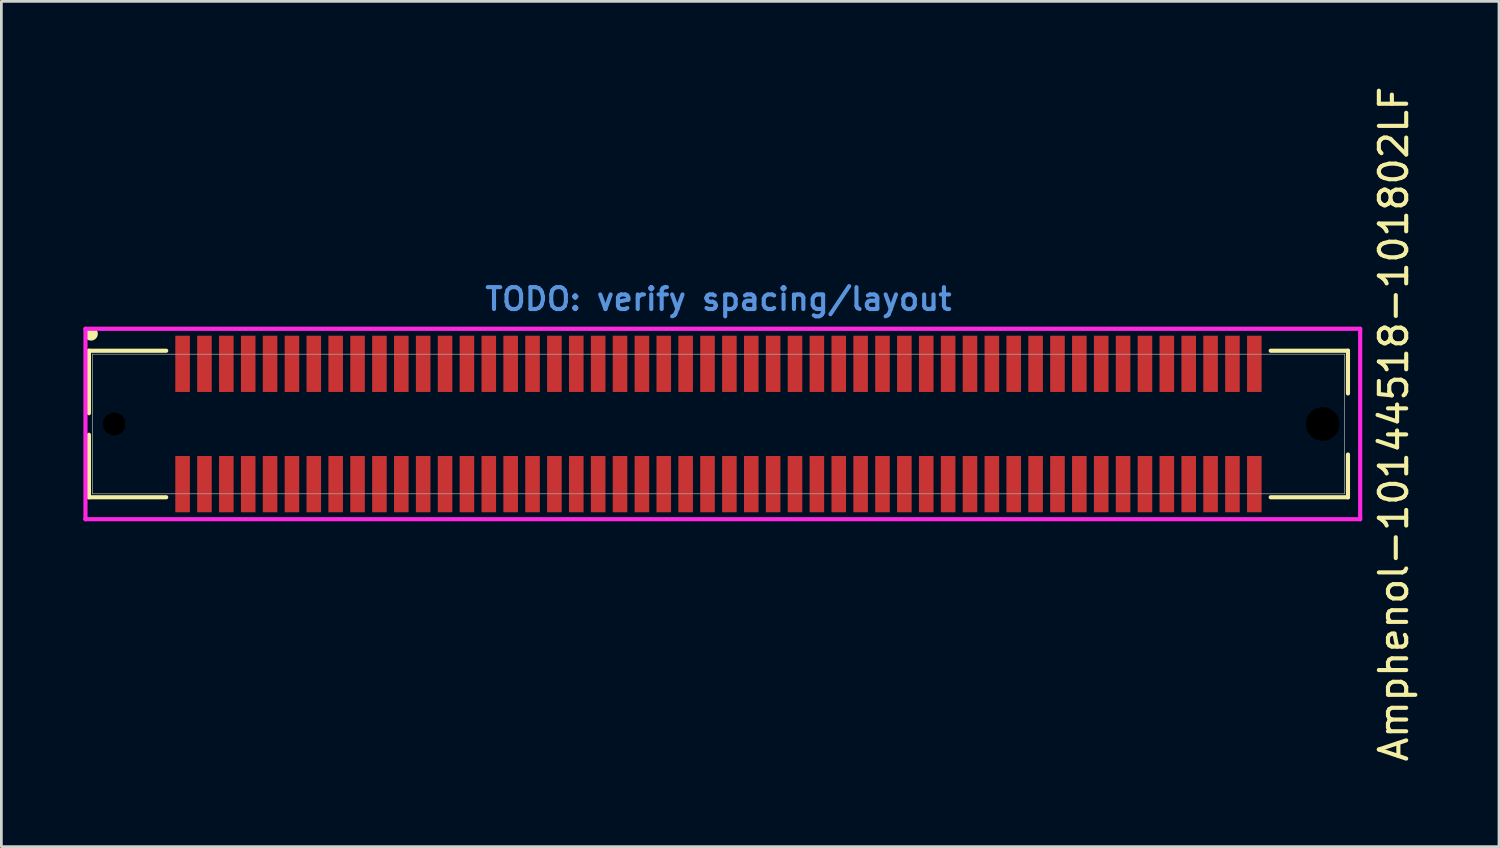
<source format=kicad_pcb>
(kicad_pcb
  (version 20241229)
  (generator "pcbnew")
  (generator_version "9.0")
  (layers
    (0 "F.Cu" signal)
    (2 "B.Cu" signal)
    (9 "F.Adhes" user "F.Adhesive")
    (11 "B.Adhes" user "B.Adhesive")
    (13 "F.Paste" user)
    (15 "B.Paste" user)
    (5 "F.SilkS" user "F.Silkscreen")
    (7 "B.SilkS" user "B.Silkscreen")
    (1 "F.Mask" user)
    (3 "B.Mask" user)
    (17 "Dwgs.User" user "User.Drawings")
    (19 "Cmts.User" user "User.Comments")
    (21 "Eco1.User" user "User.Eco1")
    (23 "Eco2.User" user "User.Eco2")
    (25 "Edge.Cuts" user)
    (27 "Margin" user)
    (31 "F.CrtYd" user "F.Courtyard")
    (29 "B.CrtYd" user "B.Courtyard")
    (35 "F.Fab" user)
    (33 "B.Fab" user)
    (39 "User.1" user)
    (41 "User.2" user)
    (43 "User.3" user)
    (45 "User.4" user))
  (footprint "Amphenol-10144518-101802LF"
    (layer "F.Cu")
    (at 23.228 12.458)
    (property "Reference" "Amphenol-10144518-101802LF" (at 24.7 0.000001 90) (unlocked yes) (layer "F.SilkS") (effects (font (size 1 1) (thickness 0.15))))
    (attr smd)
    (fp_line (start -23.025 -2.68) (end -23.025 -0.395) (stroke (width 0.152) (type solid)) (layer "F.SilkS"))
    (fp_line (start -23.025 0.395) (end -23.025 2.68) (stroke (width 0.152) (type solid)) (layer "F.SilkS"))
    (fp_line (start -23.025 2.68) (end -20.199 2.68) (stroke (width 0.152) (type solid)) (layer "F.SilkS"))
    (fp_line (start -20.199 -2.68) (end -23.025 -2.68) (stroke (width 0.152) (type solid)) (layer "F.SilkS"))
    (fp_line (start 20.199 2.68) (end 23.025 2.68) (stroke (width 0.152) (type solid)) (layer "F.SilkS"))
    (fp_line (start 23.025 -2.68) (end 20.199 -2.68) (stroke (width 0.152) (type solid)) (layer "F.SilkS"))
    (fp_line (start 23.025 -1.117) (end 23.025 -2.68) (stroke (width 0.152) (type solid)) (layer "F.SilkS"))
    (fp_line (start 23.025 2.68) (end 23.025 1.117) (stroke (width 0.152) (type solid)) (layer "F.SilkS"))
    (fp_circle (center -22.95 -3.3) (end -22.7 -3.3) (stroke (width 0) (type solid)) (fill yes) (layer "F.SilkS"))
    (fp_line (start -23.152 -3.483) (end -23.152 3.483) (stroke (width 0.152) (type solid)) (layer "F.CrtYd"))
    (fp_line (start -23.152 3.483) (end 23.472 3.483) (stroke (width 0.152) (type solid)) (layer "F.CrtYd"))
    (fp_line (start 23.472 -3.483) (end -23.152 -3.483) (stroke (width 0.152) (type solid)) (layer "F.CrtYd"))
    (fp_line (start 23.472 3.483) (end 23.472 -3.483) (stroke (width 0.152) (type solid)) (layer "F.CrtYd"))
    (fp_line (start -22.898 -2.553) (end -22.898 2.553) (stroke (width 0.025) (type solid)) (layer "F.Fab"))
    (fp_line (start -22.898 2.553) (end 22.898 2.553) (stroke (width 0.025) (type solid)) (layer "F.Fab"))
    (fp_line (start 22.898 -2.553) (end -22.898 -2.553) (stroke (width 0.025) (type solid)) (layer "F.Fab"))
    (fp_line (start 22.898 2.553) (end 22.898 -2.553) (stroke (width 0.025) (type solid)) (layer "F.Fab"))
    (fp_text user "TODO: verify spacing/layout" (at 0 -4.1 0) (unlocked yes) (layer "Cmts.User") (effects (font (size 0.8 0.8) (thickness 0.15)) (justify bottom)))
    (pad "" np_thru_hole circle (at -22.1 0) (size 0.83 0.83) (drill 0.83) (layers "*.Mask"))
    (pad "" np_thru_hole circle (at 22.1 0) (size 1.23 1.23) (drill 1.23) (layers "*.Mask"))
    (pad "1" smd rect (at -19.6 -2.2) (size 0.533 2.057) (layers "F.Cu" "F.Mask" "F.Paste"))
    (pad "2" smd rect (at -19.6 2.2) (size 0.533 2.057) (layers "F.Cu" "F.Mask" "F.Paste"))
    (pad "3" smd rect (at -18.8 -2.2) (size 0.533 2.057) (layers "F.Cu" "F.Mask" "F.Paste"))
    (pad "4" smd rect (at -18.8 2.2) (size 0.533 2.057) (layers "F.Cu" "F.Mask" "F.Paste"))
    (pad "5" smd rect (at -18 -2.2) (size 0.533 2.057) (layers "F.Cu" "F.Mask" "F.Paste"))
    (pad "6" smd rect (at -18 2.2) (size 0.533 2.057) (layers "F.Cu" "F.Mask" "F.Paste"))
    (pad "7" smd rect (at -17.2 -2.2) (size 0.533 2.057) (layers "F.Cu" "F.Mask" "F.Paste"))
    (pad "8" smd rect (at -17.2 2.2) (size 0.533 2.057) (layers "F.Cu" "F.Mask" "F.Paste"))
    (pad "9" smd rect (at -16.4 -2.2) (size 0.533 2.057) (layers "F.Cu" "F.Mask" "F.Paste"))
    (pad "10" smd rect (at -16.4 2.2) (size 0.533 2.057) (layers "F.Cu" "F.Mask" "F.Paste"))
    (pad "11" smd rect (at -15.6 -2.2) (size 0.533 2.057) (layers "F.Cu" "F.Mask" "F.Paste"))
    (pad "12" smd rect (at -15.6 2.2) (size 0.533 2.057) (layers "F.Cu" "F.Mask" "F.Paste"))
    (pad "13" smd rect (at -14.8 -2.2) (size 0.533 2.057) (layers "F.Cu" "F.Mask" "F.Paste"))
    (pad "14" smd rect (at -14.8 2.2) (size 0.533 2.057) (layers "F.Cu" "F.Mask" "F.Paste"))
    (pad "15" smd rect (at -14 -2.2) (size 0.533 2.057) (layers "F.Cu" "F.Mask" "F.Paste"))
    (pad "16" smd rect (at -14 2.2) (size 0.533 2.057) (layers "F.Cu" "F.Mask" "F.Paste"))
    (pad "17" smd rect (at -13.2 -2.2) (size 0.533 2.057) (layers "F.Cu" "F.Mask" "F.Paste"))
    (pad "18" smd rect (at -13.2 2.2) (size 0.533 2.057) (layers "F.Cu" "F.Mask" "F.Paste"))
    (pad "19" smd rect (at -12.4 -2.2) (size 0.533 2.057) (layers "F.Cu" "F.Mask" "F.Paste"))
    (pad "20" smd rect (at -12.4 2.2) (size 0.533 2.057) (layers "F.Cu" "F.Mask" "F.Paste"))
    (pad "21" smd rect (at -11.6 -2.2) (size 0.533 2.057) (layers "F.Cu" "F.Mask" "F.Paste"))
    (pad "22" smd rect (at -11.6 2.2) (size 0.533 2.057) (layers "F.Cu" "F.Mask" "F.Paste"))
    (pad "23" smd rect (at -10.8 -2.2) (size 0.533 2.057) (layers "F.Cu" "F.Mask" "F.Paste"))
    (pad "24" smd rect (at -10.8 2.2) (size 0.533 2.057) (layers "F.Cu" "F.Mask" "F.Paste"))
    (pad "25" smd rect (at -10 -2.2) (size 0.533 2.057) (layers "F.Cu" "F.Mask" "F.Paste"))
    (pad "26" smd rect (at -10 2.2) (size 0.533 2.057) (layers "F.Cu" "F.Mask" "F.Paste"))
    (pad "27" smd rect (at -9.2 -2.2) (size 0.533 2.057) (layers "F.Cu" "F.Mask" "F.Paste"))
    (pad "28" smd rect (at -9.2 2.2) (size 0.533 2.057) (layers "F.Cu" "F.Mask" "F.Paste"))
    (pad "29" smd rect (at -8.4 -2.2) (size 0.533 2.057) (layers "F.Cu" "F.Mask" "F.Paste"))
    (pad "30" smd rect (at -8.4 2.2) (size 0.533 2.057) (layers "F.Cu" "F.Mask" "F.Paste"))
    (pad "31" smd rect (at -7.6 -2.2) (size 0.533 2.057) (layers "F.Cu" "F.Mask" "F.Paste"))
    (pad "32" smd rect (at -7.6 2.2) (size 0.533 2.057) (layers "F.Cu" "F.Mask" "F.Paste"))
    (pad "33" smd rect (at -6.8 -2.2) (size 0.533 2.057) (layers "F.Cu" "F.Mask" "F.Paste"))
    (pad "34" smd rect (at -6.8 2.2) (size 0.533 2.057) (layers "F.Cu" "F.Mask" "F.Paste"))
    (pad "35" smd rect (at -6 -2.2) (size 0.533 2.057) (layers "F.Cu" "F.Mask" "F.Paste"))
    (pad "36" smd rect (at -6 2.2) (size 0.533 2.057) (layers "F.Cu" "F.Mask" "F.Paste"))
    (pad "37" smd rect (at -5.2 -2.2) (size 0.533 2.057) (layers "F.Cu" "F.Mask" "F.Paste"))
    (pad "38" smd rect (at -5.2 2.2) (size 0.533 2.057) (layers "F.Cu" "F.Mask" "F.Paste"))
    (pad "39" smd rect (at -4.4 -2.2) (size 0.533 2.057) (layers "F.Cu" "F.Mask" "F.Paste"))
    (pad "40" smd rect (at -4.4 2.2) (size 0.533 2.057) (layers "F.Cu" "F.Mask" "F.Paste"))
    (pad "41" smd rect (at -3.6 -2.2) (size 0.533 2.057) (layers "F.Cu" "F.Mask" "F.Paste"))
    (pad "42" smd rect (at -3.6 2.2) (size 0.533 2.057) (layers "F.Cu" "F.Mask" "F.Paste"))
    (pad "43" smd rect (at -2.8 -2.2) (size 0.533 2.057) (layers "F.Cu" "F.Mask" "F.Paste"))
    (pad "44" smd rect (at -2.8 2.2) (size 0.533 2.057) (layers "F.Cu" "F.Mask" "F.Paste"))
    (pad "45" smd rect (at -2 -2.2) (size 0.533 2.057) (layers "F.Cu" "F.Mask" "F.Paste"))
    (pad "46" smd rect (at -2 2.2) (size 0.533 2.057) (layers "F.Cu" "F.Mask" "F.Paste"))
    (pad "47" smd rect (at -1.2 -2.2) (size 0.533 2.057) (layers "F.Cu" "F.Mask" "F.Paste"))
    (pad "48" smd rect (at -1.2 2.2) (size 0.533 2.057) (layers "F.Cu" "F.Mask" "F.Paste"))
    (pad "49" smd rect (at -0.4 -2.2) (size 0.533 2.057) (layers "F.Cu" "F.Mask" "F.Paste"))
    (pad "50" smd rect (at -0.4 2.2) (size 0.533 2.057) (layers "F.Cu" "F.Mask" "F.Paste"))
    (pad "51" smd rect (at 0.4 -2.2) (size 0.533 2.057) (layers "F.Cu" "F.Mask" "F.Paste"))
    (pad "52" smd rect (at 0.4 2.2) (size 0.533 2.057) (layers "F.Cu" "F.Mask" "F.Paste"))
    (pad "53" smd rect (at 1.2 -2.2) (size 0.533 2.057) (layers "F.Cu" "F.Mask" "F.Paste"))
    (pad "54" smd rect (at 1.2 2.2) (size 0.533 2.057) (layers "F.Cu" "F.Mask" "F.Paste"))
    (pad "55" smd rect (at 2 -2.2) (size 0.533 2.057) (layers "F.Cu" "F.Mask" "F.Paste"))
    (pad "56" smd rect (at 2 2.2) (size 0.533 2.057) (layers "F.Cu" "F.Mask" "F.Paste"))
    (pad "57" smd rect (at 2.8 -2.2) (size 0.533 2.057) (layers "F.Cu" "F.Mask" "F.Paste"))
    (pad "58" smd rect (at 2.8 2.2) (size 0.533 2.057) (layers "F.Cu" "F.Mask" "F.Paste"))
    (pad "59" smd rect (at 3.6 -2.2) (size 0.533 2.057) (layers "F.Cu" "F.Mask" "F.Paste"))
    (pad "60" smd rect (at 3.6 2.2) (size 0.533 2.057) (layers "F.Cu" "F.Mask" "F.Paste"))
    (pad "61" smd rect (at 4.4 -2.2) (size 0.533 2.057) (layers "F.Cu" "F.Mask" "F.Paste"))
    (pad "62" smd rect (at 4.4 2.2) (size 0.533 2.057) (layers "F.Cu" "F.Mask" "F.Paste"))
    (pad "63" smd rect (at 5.2 -2.2) (size 0.533 2.057) (layers "F.Cu" "F.Mask" "F.Paste"))
    (pad "64" smd rect (at 5.2 2.2) (size 0.533 2.057) (layers "F.Cu" "F.Mask" "F.Paste"))
    (pad "65" smd rect (at 6 -2.2) (size 0.533 2.057) (layers "F.Cu" "F.Mask" "F.Paste"))
    (pad "66" smd rect (at 6 2.2) (size 0.533 2.057) (layers "F.Cu" "F.Mask" "F.Paste"))
    (pad "67" smd rect (at 6.8 -2.2) (size 0.533 2.057) (layers "F.Cu" "F.Mask" "F.Paste"))
    (pad "68" smd rect (at 6.8 2.2) (size 0.533 2.057) (layers "F.Cu" "F.Mask" "F.Paste"))
    (pad "69" smd rect (at 7.6 -2.2) (size 0.533 2.057) (layers "F.Cu" "F.Mask" "F.Paste"))
    (pad "70" smd rect (at 7.6 2.2) (size 0.533 2.057) (layers "F.Cu" "F.Mask" "F.Paste"))
    (pad "71" smd rect (at 8.4 -2.2) (size 0.533 2.057) (layers "F.Cu" "F.Mask" "F.Paste"))
    (pad "72" smd rect (at 8.4 2.2) (size 0.533 2.057) (layers "F.Cu" "F.Mask" "F.Paste"))
    (pad "73" smd rect (at 9.2 -2.2) (size 0.533 2.057) (layers "F.Cu" "F.Mask" "F.Paste"))
    (pad "74" smd rect (at 9.2 2.2) (size 0.533 2.057) (layers "F.Cu" "F.Mask" "F.Paste"))
    (pad "75" smd rect (at 10 -2.2) (size 0.533 2.057) (layers "F.Cu" "F.Mask" "F.Paste"))
    (pad "76" smd rect (at 10 2.2) (size 0.533 2.057) (layers "F.Cu" "F.Mask" "F.Paste"))
    (pad "77" smd rect (at 10.8 -2.2) (size 0.533 2.057) (layers "F.Cu" "F.Mask" "F.Paste"))
    (pad "78" smd rect (at 10.8 2.2) (size 0.533 2.057) (layers "F.Cu" "F.Mask" "F.Paste"))
    (pad "79" smd rect (at 11.6 -2.2) (size 0.533 2.057) (layers "F.Cu" "F.Mask" "F.Paste"))
    (pad "80" smd rect (at 11.6 2.2) (size 0.533 2.057) (layers "F.Cu" "F.Mask" "F.Paste"))
    (pad "81" smd rect (at 12.4 -2.2) (size 0.533 2.057) (layers "F.Cu" "F.Mask" "F.Paste"))
    (pad "82" smd rect (at 12.4 2.2) (size 0.533 2.057) (layers "F.Cu" "F.Mask" "F.Paste"))
    (pad "83" smd rect (at 13.2 -2.2) (size 0.533 2.057) (layers "F.Cu" "F.Mask" "F.Paste"))
    (pad "84" smd rect (at 13.2 2.2) (size 0.533 2.057) (layers "F.Cu" "F.Mask" "F.Paste"))
    (pad "85" smd rect (at 14 -2.2) (size 0.533 2.057) (layers "F.Cu" "F.Mask" "F.Paste"))
    (pad "86" smd rect (at 14 2.2) (size 0.533 2.057) (layers "F.Cu" "F.Mask" "F.Paste"))
    (pad "87" smd rect (at 14.8 -2.2) (size 0.533 2.057) (layers "F.Cu" "F.Mask" "F.Paste"))
    (pad "88" smd rect (at 14.8 2.2) (size 0.533 2.057) (layers "F.Cu" "F.Mask" "F.Paste"))
    (pad "89" smd rect (at 15.6 -2.2) (size 0.533 2.057) (layers "F.Cu" "F.Mask" "F.Paste"))
    (pad "90" smd rect (at 15.6 2.2) (size 0.533 2.057) (layers "F.Cu" "F.Mask" "F.Paste"))
    (pad "91" smd rect (at 16.4 -2.2) (size 0.533 2.057) (layers "F.Cu" "F.Mask" "F.Paste"))
    (pad "92" smd rect (at 16.4 2.2) (size 0.533 2.057) (layers "F.Cu" "F.Mask" "F.Paste"))
    (pad "93" smd rect (at 17.2 -2.2) (size 0.533 2.057) (layers "F.Cu" "F.Mask" "F.Paste"))
    (pad "94" smd rect (at 17.2 2.2) (size 0.533 2.057) (layers "F.Cu" "F.Mask" "F.Paste"))
    (pad "95" smd rect (at 18 -2.2) (size 0.533 2.057) (layers "F.Cu" "F.Mask" "F.Paste"))
    (pad "96" smd rect (at 18 2.2) (size 0.533 2.057) (layers "F.Cu" "F.Mask" "F.Paste"))
    (pad "97" smd rect (at 18.8 -2.2) (size 0.533 2.057) (layers "F.Cu" "F.Mask" "F.Paste"))
    (pad "98" smd rect (at 18.8 2.2) (size 0.533 2.057) (layers "F.Cu" "F.Mask" "F.Paste"))
    (pad "99" smd rect (at 19.6 -2.2) (size 0.533 2.057) (layers "F.Cu" "F.Mask" "F.Paste"))
    (pad "100" smd rect (at 19.6 2.2) (size 0.533 2.057) (layers "F.Cu" "F.Mask" "F.Paste")))
  (gr_rect
    (start -3 -3)
    (end 51.777 27.917)
    (stroke (width 0.1) (type default))
    (fill no)
    (layer "Edge.Cuts")))
</source>
